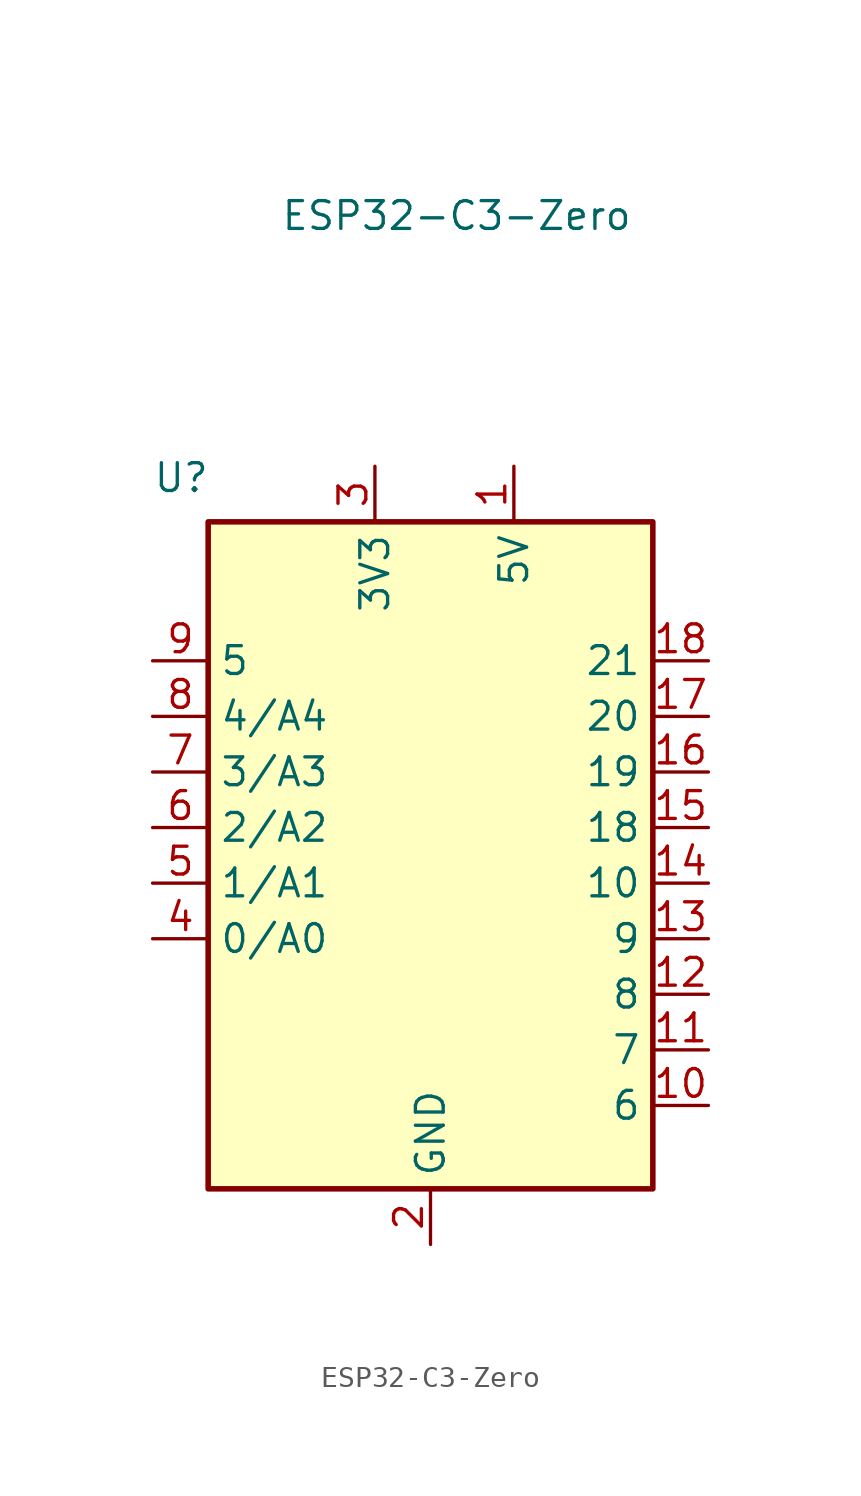
<source format=kicad_sym>
(kicad_symbol_lib
  (version 20231120)
  (generator "kicad_symbol_editor")
  (generator_version "8.0")
  (symbol "ESP32-C3-Zero"
    (property "Reference" "U"
      (at -12.7 13.97 0)
      (effects (font (size 1.27 1.27)) (justify left bottom)))
    (property "Value" "ESP32-C3-Zero"
      (at -6.858 27.432 0)
      (effects (font (size 1.27 1.27)) (justify left top)))
    (symbol "ESP32-C3-Zero_0_1"
      (rectangle (start -10.16 12.7) (end 10.16 -17.78) (stroke (width 0.254) (type default)) (fill (type background))))
    (symbol "ESP32-C3-Zero_1_1"
      (pin power_in line (at 3.81 15.24 270) (length 2.54) (name "5V" (effects (font (size 1.27 1.27)))) (number "1" (effects (font (size 1.27 1.27)))))
      (pin bidirectional line (at 12.7 -13.97 180) (length 2.54) (name "6" (effects (font (size 1.27 1.27)))) (number "10" (effects (font (size 1.27 1.27)))))
      (pin bidirectional line (at 12.7 -11.43 180) (length 2.54) (name "7" (effects (font (size 1.27 1.27)))) (number "11" (effects (font (size 1.27 1.27)))))
      (pin bidirectional line (at 12.7 -8.89 180) (length 2.54) (name "8" (effects (font (size 1.27 1.27)))) (number "12" (effects (font (size 1.27 1.27)))))
      (pin bidirectional line (at 12.7 -6.35 180) (length 2.54) (name "9" (effects (font (size 1.27 1.27)))) (number "13" (effects (font (size 1.27 1.27)))))
      (pin bidirectional line (at 12.7 -3.81 180) (length 2.54) (name "10" (effects (font (size 1.27 1.27)))) (number "14" (effects (font (size 1.27 1.27)))))
      (pin bidirectional line (at 12.7 -1.27 180) (length 2.54) (name "18" (effects (font (size 1.27 1.27)))) (number "15" (effects (font (size 1.27 1.27)))))
      (pin bidirectional line (at 12.7 1.27 180) (length 2.54) (name "19" (effects (font (size 1.27 1.27)))) (number "16" (effects (font (size 1.27 1.27)))))
      (pin bidirectional line (at 12.7 3.81 180) (length 2.54) (name "20" (effects (font (size 1.27 1.27)))) (number "17" (effects (font (size 1.27 1.27)))))
      (pin bidirectional line (at 12.7 6.35 180) (length 2.54) (name "21" (effects (font (size 1.27 1.27)))) (number "18" (effects (font (size 1.27 1.27)))))
      (pin power_in line (at 0 -20.32 90) (length 2.54) (name "GND" (effects (font (size 1.27 1.27)))) (number "2" (effects (font (size 1.27 1.27)))))
      (pin power_in line (at -2.54 15.24 270) (length 2.54) (name "3V3" (effects (font (size 1.27 1.27)))) (number "3" (effects (font (size 1.27 1.27)))))
      (pin bidirectional line (at -12.7 -6.35 0) (length 2.54) (name "0/A0" (effects (font (size 1.27 1.27)))) (number "4" (effects (font (size 1.27 1.27)))))
      (pin bidirectional line (at -12.7 -3.81 0) (length 2.54) (name "1/A1" (effects (font (size 1.27 1.27)))) (number "5" (effects (font (size 1.27 1.27)))))
      (pin bidirectional line (at -12.7 -1.27 0) (length 2.54) (name "2/A2" (effects (font (size 1.27 1.27)))) (number "6" (effects (font (size 1.27 1.27)))))
      (pin bidirectional line (at -12.7 1.27 0) (length 2.54) (name "3/A3" (effects (font (size 1.27 1.27)))) (number "7" (effects (font (size 1.27 1.27)))))
      (pin bidirectional line (at -12.7 3.81 0) (length 2.54) (name "4/A4" (effects (font (size 1.27 1.27)))) (number "8" (effects (font (size 1.27 1.27)))))
      (pin bidirectional line (at -12.7 6.35 0) (length 2.54) (name "5" (effects (font (size 1.27 1.27)))) (number "9" (effects (font (size 1.27 1.27))))))))
</source>
